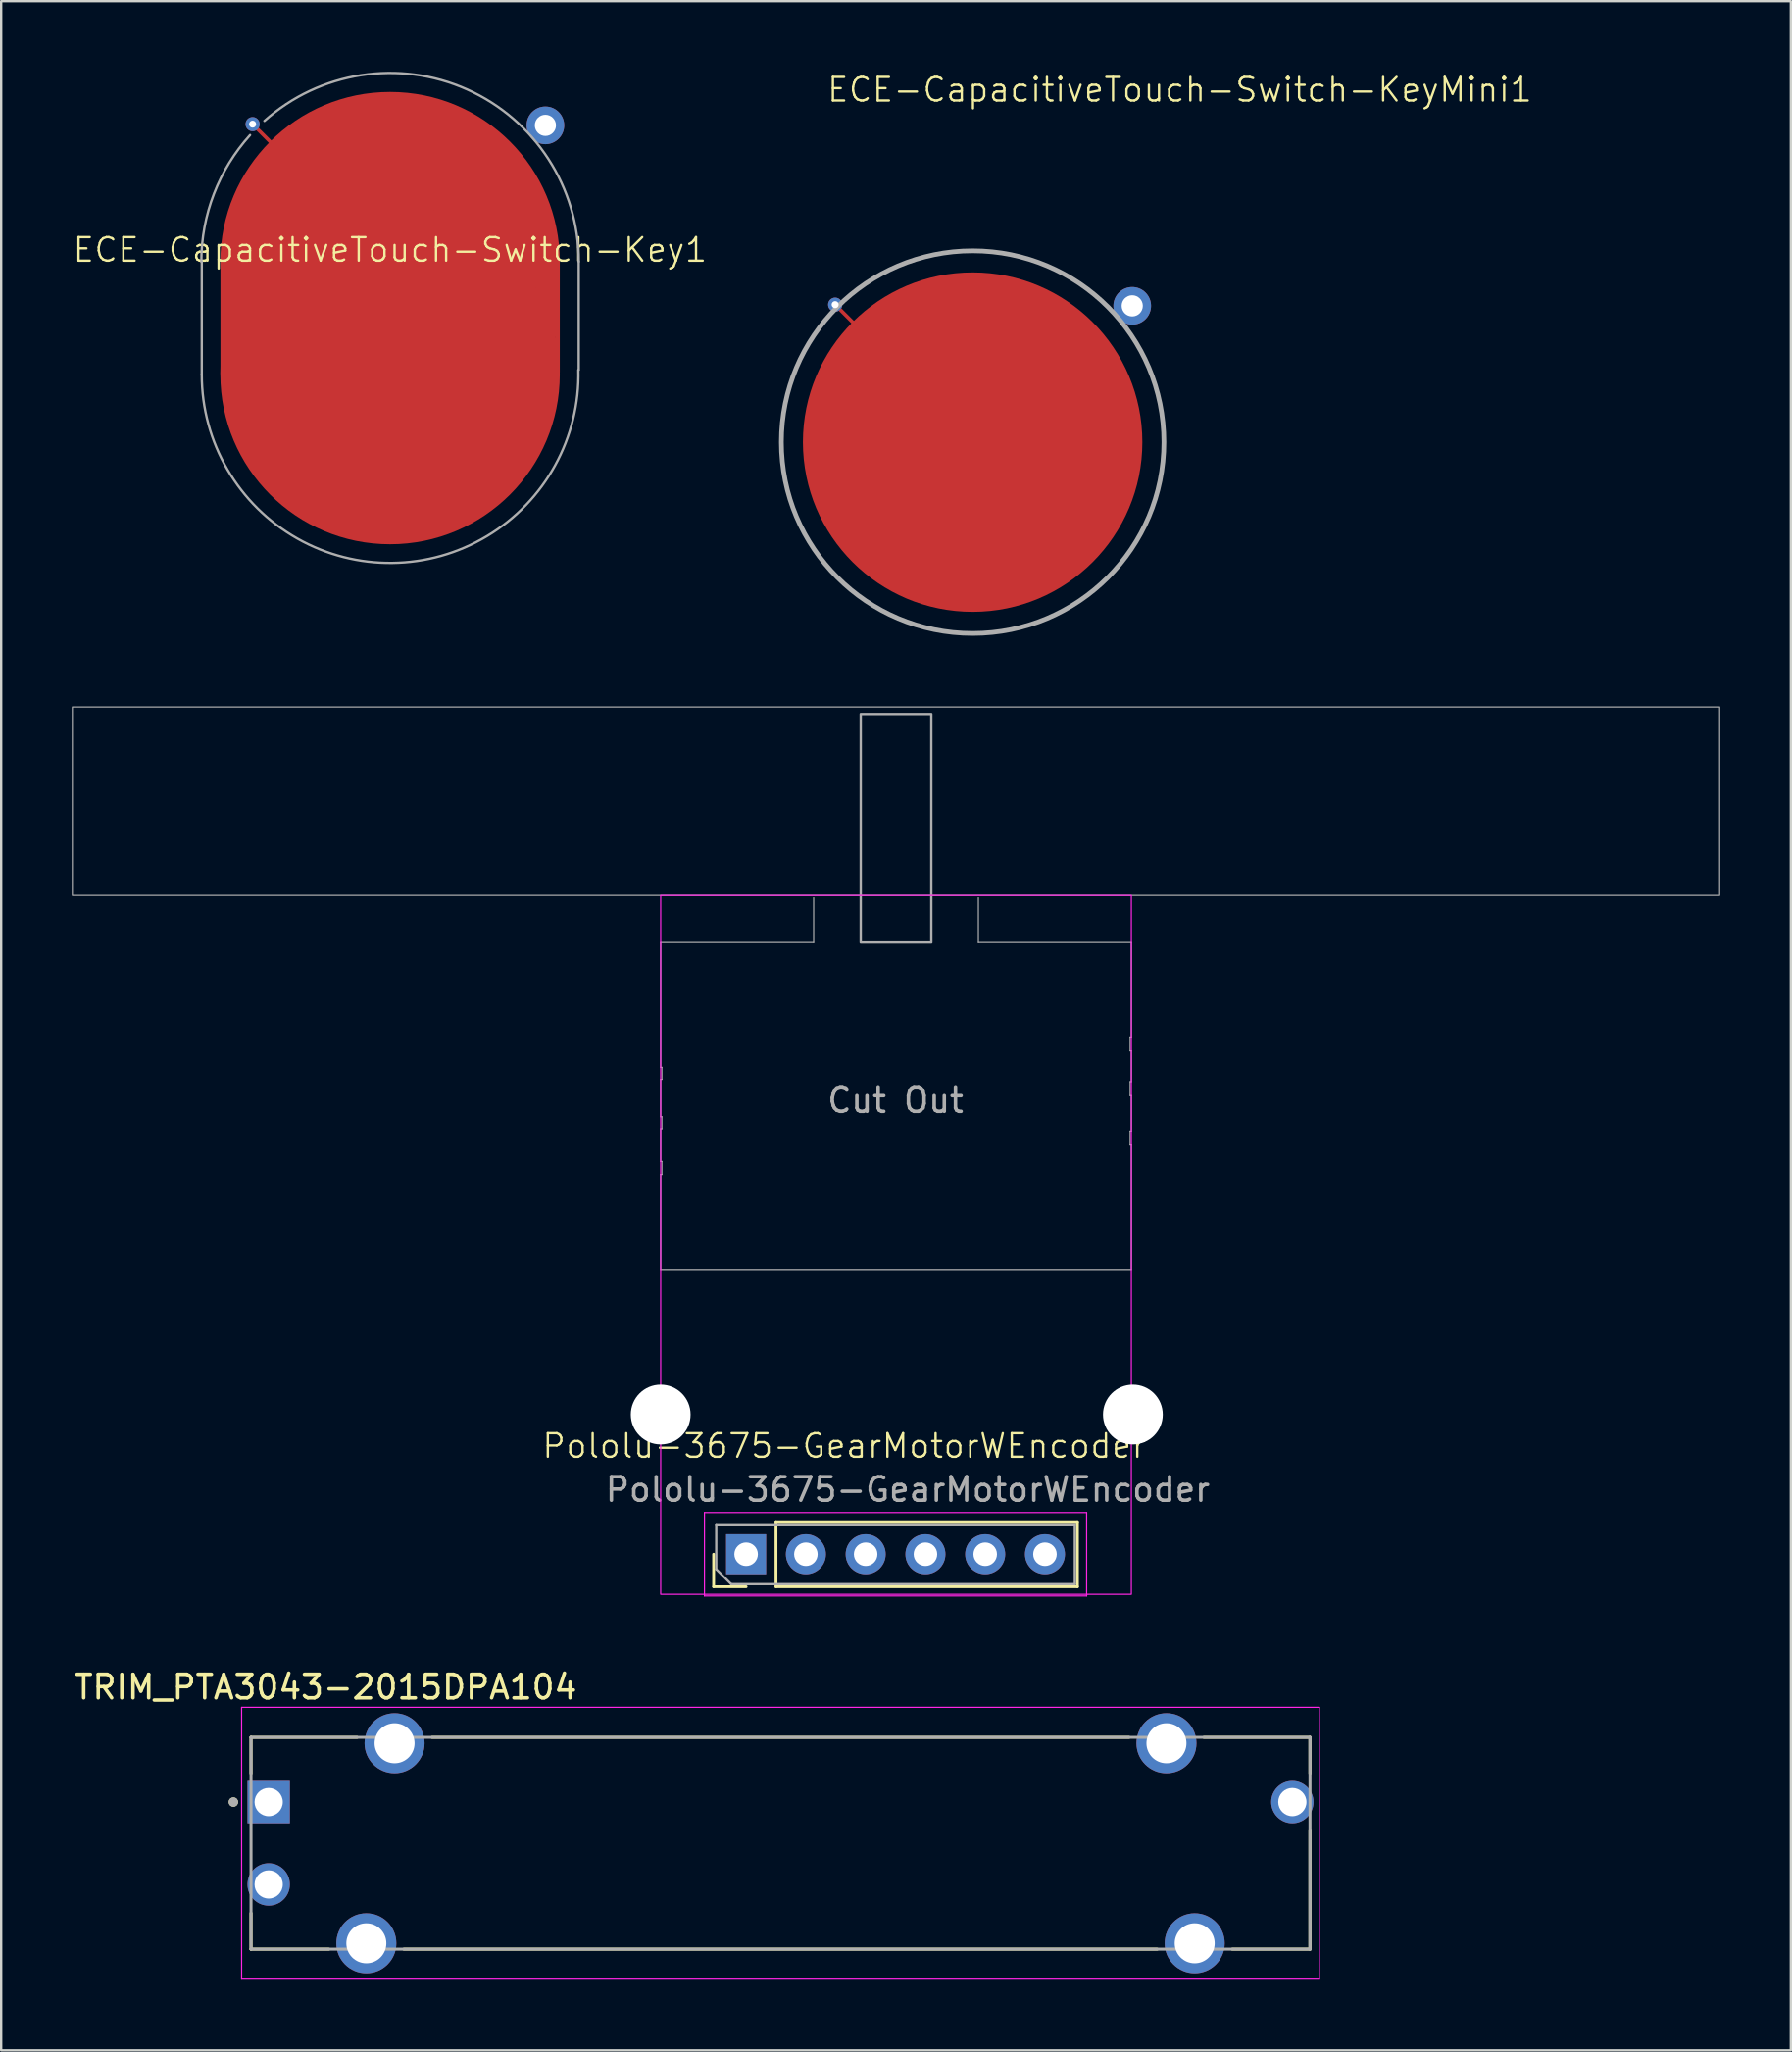
<source format=kicad_pcb>
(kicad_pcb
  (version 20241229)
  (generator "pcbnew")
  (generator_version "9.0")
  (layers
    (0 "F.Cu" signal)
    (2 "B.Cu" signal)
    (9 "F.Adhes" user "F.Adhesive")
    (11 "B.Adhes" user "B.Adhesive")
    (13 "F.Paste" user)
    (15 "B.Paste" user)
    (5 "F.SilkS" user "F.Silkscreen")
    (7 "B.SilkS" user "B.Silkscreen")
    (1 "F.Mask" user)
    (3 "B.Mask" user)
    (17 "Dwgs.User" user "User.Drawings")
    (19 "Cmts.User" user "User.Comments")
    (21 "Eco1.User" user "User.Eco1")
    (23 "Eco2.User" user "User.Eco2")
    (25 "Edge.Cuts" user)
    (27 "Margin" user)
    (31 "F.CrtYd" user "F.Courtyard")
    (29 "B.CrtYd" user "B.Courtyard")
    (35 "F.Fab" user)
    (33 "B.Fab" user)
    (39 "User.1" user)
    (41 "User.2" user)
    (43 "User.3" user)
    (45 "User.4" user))
  (footprint "Pololu-3675-GearMotorWEncoder"
    (layer "F.Cu")
    (at 28.655 62.989)
    (property "Reference" "Pololu-3675-GearMotorWEncoder" (at 4.17 -4.6 0) (unlocked yes) (layer "F.SilkS") (effects (font (size 1 1) (thickness 0.1))))
    (attr through_hole)
    (fp_line (start -1.38 1.38) (end -1.38 0) (stroke (width 0.12) (type solid)) (layer "F.SilkS"))
    (fp_line (start 0 1.38) (end -1.38 1.38) (stroke (width 0.12) (type solid)) (layer "F.SilkS"))
    (fp_line (start 1.27 -1.38) (end 14.08 -1.38) (stroke (width 0.12) (type solid)) (layer "F.SilkS"))
    (fp_line (start 1.27 1.38) (end 1.27 -1.38) (stroke (width 0.12) (type solid)) (layer "F.SilkS"))
    (fp_line (start 1.27 1.38) (end 14.08 1.38) (stroke (width 0.12) (type solid)) (layer "F.SilkS"))
    (fp_line (start 14.08 1.38) (end 14.08 -1.38) (stroke (width 0.12) (type solid)) (layer "F.SilkS"))
    (fp_line (start -1.77 -1.77) (end -1.77 1.77) (stroke (width 0.05) (type solid)) (layer "F.CrtYd"))
    (fp_line (start -1.77 1.77) (end 14.47 1.77) (stroke (width 0.05) (type solid)) (layer "F.CrtYd"))
    (fp_line (start 14.47 -1.77) (end -1.77 -1.77) (stroke (width 0.05) (type solid)) (layer "F.CrtYd"))
    (fp_line (start 14.47 1.77) (end 14.47 -1.77) (stroke (width 0.05) (type solid)) (layer "F.CrtYd"))
    (fp_rect (start -3.63 -28) (end 16.37 1.7) (stroke (width 0.05) (type default)) (fill no) (layer "F.CrtYd"))
    (fp_line (start -3.63 -26) (end 2.87 -26) (stroke (width 0.05) (type solid)) (layer "F.Fab"))
    (fp_line (start -3.63 -20.7) (end -3.63 -26) (stroke (width 0.05) (type solid)) (layer "F.Fab"))
    (fp_line (start -3.63 -20.7) (end -3.58 -20.7) (stroke (width 0.05) (type solid)) (layer "F.Fab"))
    (fp_line (start -3.63 -20.15) (end -3.63 -18.6) (stroke (width 0.05) (type solid)) (layer "F.Fab"))
    (fp_line (start -3.63 -20.15) (end -3.58 -20.15) (stroke (width 0.05) (type solid)) (layer "F.Fab"))
    (fp_line (start -3.63 -18.6) (end -3.58 -18.6) (stroke (width 0.05) (type solid)) (layer "F.Fab"))
    (fp_line (start -3.63 -18.05) (end -3.58 -18.05) (stroke (width 0.05) (type solid)) (layer "F.Fab"))
    (fp_line (start -3.63 -16.7) (end -3.63 -18.05) (stroke (width 0.05) (type solid)) (layer "F.Fab"))
    (fp_line (start -3.63 -16.7) (end -3.58 -16.7) (stroke (width 0.05) (type default)) (layer "F.Fab"))
    (fp_line (start -3.63 -16.15) (end -3.63 -12.1) (stroke (width 0.05) (type default)) (layer "F.Fab"))
    (fp_line (start -3.63 -16.15) (end -3.58 -16.15) (stroke (width 0.05) (type default)) (layer "F.Fab"))
    (fp_line (start -3.58 -20.15) (end -3.58 -20.7) (stroke (width 0.05) (type solid)) (layer "F.Fab"))
    (fp_line (start -3.58 -18.05) (end -3.58 -18.6) (stroke (width 0.05) (type solid)) (layer "F.Fab"))
    (fp_line (start -3.58 -16.15) (end -3.58 -16.7) (stroke (width 0.05) (type default)) (layer "F.Fab"))
    (fp_line (start -1.27 -1.27) (end 13.97 -1.27) (stroke (width 0.1) (type solid)) (layer "F.Fab"))
    (fp_line (start -1.27 0.635) (end -1.27 -1.27) (stroke (width 0.1) (type solid)) (layer "F.Fab"))
    (fp_line (start -0.635 1.27) (end -1.27 0.635) (stroke (width 0.1) (type solid)) (layer "F.Fab"))
    (fp_line (start 2.87 -26) (end 2.87 -27.9) (stroke (width 0.05) (type solid)) (layer "F.Fab"))
    (fp_line (start 9.87 -27.9) (end 9.87 -26) (stroke (width 0.05) (type default)) (layer "F.Fab"))
    (fp_line (start 9.87 -26) (end 16.37 -26) (stroke (width 0.05) (type default)) (layer "F.Fab"))
    (fp_line (start 13.97 -1.27) (end 13.97 1.27) (stroke (width 0.1) (type solid)) (layer "F.Fab"))
    (fp_line (start 13.97 1.27) (end -0.635 1.27) (stroke (width 0.1) (type solid)) (layer "F.Fab"))
    (fp_line (start 16.32 -21.95) (end 16.32 -21.4) (stroke (width 0.05) (type default)) (layer "F.Fab"))
    (fp_line (start 16.32 -20.05) (end 16.32 -19.5) (stroke (width 0.05) (type default)) (layer "F.Fab"))
    (fp_line (start 16.32 -17.95) (end 16.32 -17.4) (stroke (width 0.05) (type default)) (layer "F.Fab"))
    (fp_line (start 16.37 -21.95) (end 16.32 -21.95) (stroke (width 0.05) (type default)) (layer "F.Fab"))
    (fp_line (start 16.37 -21.95) (end 16.37 -26) (stroke (width 0.05) (type default)) (layer "F.Fab"))
    (fp_line (start 16.37 -21.4) (end 16.32 -21.4) (stroke (width 0.05) (type default)) (layer "F.Fab"))
    (fp_line (start 16.37 -21.4) (end 16.37 -20.05) (stroke (width 0.05) (type default)) (layer "F.Fab"))
    (fp_line (start 16.37 -20.05) (end 16.32 -20.05) (stroke (width 0.05) (type default)) (layer "F.Fab"))
    (fp_line (start 16.37 -19.5) (end 16.32 -19.5) (stroke (width 0.05) (type default)) (layer "F.Fab"))
    (fp_line (start 16.37 -17.95) (end 16.32 -17.95) (stroke (width 0.05) (type default)) (layer "F.Fab"))
    (fp_line (start 16.37 -17.95) (end 16.37 -19.5) (stroke (width 0.05) (type default)) (layer "F.Fab"))
    (fp_line (start 16.37 -17.4) (end 16.32 -17.4) (stroke (width 0.05) (type default)) (layer "F.Fab"))
    (fp_line (start 16.37 -17.4) (end 16.37 -12.1) (stroke (width 0.05) (type default)) (layer "F.Fab"))
    (fp_line (start 16.37 -12.1) (end -3.63 -12.1) (stroke (width 0.05) (type default)) (layer "F.Fab"))
    (fp_rect (start -28.63 -36) (end 41.37 -28) (stroke (width 0.05) (type solid)) (fill no) (layer "F.Fab"))
    (fp_rect (start 4.87 -35.7) (end 7.87 -26) (stroke (width 0.1) (type solid)) (fill no) (layer "F.Fab"))
    (fp_text user "${REFERENCE}" (at 6.87 -2.75 0) (unlocked yes) (layer "F.Fab") (effects (font (size 1 1) (thickness 0.15))))
    (fp_text user "Cut Out" (at 3.37 -18.7 0) (unlocked yes) (layer "F.Fab") (effects (font (size 1 1) (thickness 0.15)) (justify left bottom)))
    (pad "" np_thru_hole circle (at -3.63 -5.934) (size 2.54 2.54) (drill 2.6) (layers "*.Cu" "*.Mask"))
    (pad "" np_thru_hole circle (at 16.436 -5.934) (size 2.54 2.54) (drill 2.6) (layers "*.Cu" "*.Mask"))
    (pad "1" thru_hole rect (at 0 0 90) (size 1.7 1.7) (drill 1) (layers "*.Cu" "*.Mask"))
    (pad "2" thru_hole circle (at 2.54 0 90) (size 1.7 1.7) (drill 1) (layers "*.Cu" "*.Mask"))
    (pad "3" thru_hole circle (at 5.08 0 90) (size 1.7 1.7) (drill 1) (layers "*.Cu" "*.Mask"))
    (pad "4" thru_hole circle (at 7.62 0 90) (size 1.7 1.7) (drill 1) (layers "*.Cu" "*.Mask"))
    (pad "5" thru_hole circle (at 10.16 0 90) (size 1.7 1.7) (drill 1) (layers "*.Cu" "*.Mask"))
    (pad "6" thru_hole circle (at 12.7 0 90) (size 1.7 1.7) (drill 1) (layers "*.Cu" "*.Mask")))
  (footprint "ECE-CapacitiveTouch-Switch-Key1"
    (layer "F.Cu")
    (at 13.526 8.067)
    (property "Reference" "ECE-CapacitiveTouch-Switch-Key1" (at 0 -0.5 0) (unlocked yes) (layer "F.SilkS") (effects (font (size 1 1) (thickness 0.1))))
    (attr smd)
    (fp_line (start -7.108 4.769) (end -7.108 0.073) (stroke (width 0.2) (type default)) (layer "F.Cu"))
    (fp_line (start -6.988 1.673) (end -6.988 3.173) (stroke (width 0.2) (type default)) (layer "F.Cu"))
    (fp_line (start -6.838 2.698) (end -6.838 2.098) (stroke (width 0.2) (type default)) (layer "F.Cu"))
    (fp_line (start -5.65 -5.65) (end -4.48 -4.48) (stroke (width 0.152) (type solid)) (layer "F.Cu"))
    (fp_line (start 6.842 2.071) (end 6.842 2.671) (stroke (width 0.2) (type default)) (layer "F.Cu"))
    (fp_line (start 6.992 1.496) (end 6.992 3.096) (stroke (width 0.2) (type default)) (layer "F.Cu"))
    (fp_line (start 6.992 3.096) (end 6.992 1.596) (stroke (width 0.2) (type default)) (layer "F.Cu"))
    (fp_line (start 7.112 0) (end 7.112 4.696) (stroke (width 0.2) (type default)) (layer "F.Cu"))
    (fp_circle (center 0 0) (end -6.68 -2.44) (stroke (width 0.2) (type solid)) (fill yes) (layers "F.Cu" "F.Mask"))
    (fp_circle (center 0 4.796) (end -6.68 2.356) (stroke (width 0.2) (type solid)) (fill yes) (layers "F.Cu" "F.Mask"))
    (fp_line (start -8.002 4.8) (end -8.002 0) (stroke (width 0.1) (type solid)) (layer "F.Fab"))
    (fp_line (start 8.017 0) (end 8.017 4.6) (stroke (width 0.1) (type solid)) (layer "F.Fab"))
    (fp_arc (start -8.02 0) (mid -7.484302 -2.881947) (end -5.948774 -5.378893) (stroke (width 0.1) (type solid)) (layer "F.Fab"))
    (fp_arc (start -5.34 -5.98) (mid 3.275972 -7.317377) (end 8.017231 0) (stroke (width 0.1) (type solid)) (layer "F.Fab"))
    (fp_arc (start 8 4.6) (mid 0.100008 12.801875) (end -8.0025 4.8) (stroke (width 0.1) (type solid)) (layer "F.Fab"))
    (pad "1" thru_hole circle (at -5.842 -5.842) (size 0.6 0.6) (drill 0.3) (layers "*.Cu" "*.Mask"))
    (pad "2" thru_hole circle (at 6.6 -5.791) (size 1.6 1.6) (drill 0.9) (layers "*.Cu")))
  (footprint "TRIM_PTA3043-2015DPA104"
    (layer "F.Cu")
    (at 30.117 75.268)
    (property "Reference" "TRIM_PTA3043-2015DPA104" (at -19.325 -6.635 0) (layer "F.SilkS") (effects (font (size 1 1) (thickness 0.15))))
    (attr through_hole)
    (fp_line (start -22.5 -4.5) (end -17.995 -4.5) (stroke (width 0.127) (type solid)) (layer "F.SilkS"))
    (fp_line (start -22.5 -2.97) (end -22.5 -4.5) (stroke (width 0.127) (type solid)) (layer "F.SilkS"))
    (fp_line (start -22.5 4.5) (end -22.5 2.97) (stroke (width 0.127) (type solid)) (layer "F.SilkS"))
    (fp_line (start -19.195 4.5) (end -22.5 4.5) (stroke (width 0.127) (type solid)) (layer "F.SilkS"))
    (fp_line (start -16.005 4.5) (end 16.005 4.5) (stroke (width 0.127) (type solid)) (layer "F.SilkS"))
    (fp_line (start -14.805 -4.5) (end 14.805 -4.5) (stroke (width 0.127) (type solid)) (layer "F.SilkS"))
    (fp_line (start 17.995 -4.5) (end 22.5 -4.5) (stroke (width 0.127) (type solid)) (layer "F.SilkS"))
    (fp_line (start 22.5 -4.5) (end 22.5 -2.97) (stroke (width 0.127) (type solid)) (layer "F.SilkS"))
    (fp_line (start 22.5 4.5) (end 19.195 4.5) (stroke (width 0.127) (type solid)) (layer "F.SilkS"))
    (fp_line (start 22.5 4.5) (end 22.5 -0.53) (stroke (width 0.127) (type solid)) (layer "F.SilkS"))
    (fp_circle (center -23.25 -1.75) (end -23.15 -1.75) (stroke (width 0.2) (type solid)) (fill no) (layer "F.SilkS"))
    (fp_line (start -22.9 -5.775) (end -22.9 5.775) (stroke (width 0.05) (type solid)) (layer "F.CrtYd"))
    (fp_line (start -22.9 5.775) (end 22.9 5.775) (stroke (width 0.05) (type solid)) (layer "F.CrtYd"))
    (fp_line (start 22.9 -5.775) (end -22.9 -5.775) (stroke (width 0.05) (type solid)) (layer "F.CrtYd"))
    (fp_line (start 22.9 5.775) (end 22.9 -5.775) (stroke (width 0.05) (type solid)) (layer "F.CrtYd"))
    (fp_line (start -22.5 -4.5) (end 22.5 -4.5) (stroke (width 0.127) (type solid)) (layer "F.Fab"))
    (fp_line (start -22.5 4.5) (end -22.5 -4.5) (stroke (width 0.127) (type solid)) (layer "F.Fab"))
    (fp_line (start 22.5 -4.5) (end 22.5 4.5) (stroke (width 0.127) (type solid)) (layer "F.Fab"))
    (fp_line (start 22.5 4.5) (end -22.5 4.5) (stroke (width 0.127) (type solid)) (layer "F.Fab"))
    (fp_circle (center -23.25 -1.75) (end -23.15 -1.75) (stroke (width 0.2) (type solid)) (fill no) (layer "F.Fab"))
    (pad "1" thru_hole rect (at -21.75 -1.75) (size 1.8 1.8) (drill 1.2) (layers "*.Cu" "*.Mask"))
    (pad "2" thru_hole circle (at -21.75 1.75) (size 1.8 1.8) (drill 1.2) (layers "*.Cu" "*.Mask"))
    (pad "3" thru_hole circle (at 21.75 -1.75) (size 1.8 1.8) (drill 1.2) (layers "*.Cu" "*.Mask"))
    (pad "SH1" thru_hole circle (at -16.4 -4.25) (size 2.55 2.55) (drill 1.7) (layers "*.Cu" "*.Mask"))
    (pad "SH2" thru_hole circle (at -17.6 4.25) (size 2.55 2.55) (drill 1.7) (layers "*.Cu" "*.Mask"))
    (pad "SH3" thru_hole circle (at 16.4 -4.25) (size 2.55 2.55) (drill 1.7) (layers "*.Cu" "*.Mask"))
    (pad "SH4" thru_hole circle (at 17.6 4.25) (size 2.55 2.55) (drill 1.7) (layers "*.Cu" "*.Mask")))
  (footprint "ECE-CapacitiveTouch-Switch-KeyMini1"
    (layer "F.Cu")
    (at 38.281 15.736)
    (property "Reference" "ECE-CapacitiveTouch-Switch-KeyMini1" (at 8.8 -14.975 0) (unlocked yes) (layer "F.SilkS") (effects (font (size 1 1) (thickness 0.1))))
    (attr smd)
    (fp_line (start -5.65 -5.65) (end -4.48 -4.48) (stroke (width 0.152) (type solid)) (layer "F.Cu"))
    (fp_circle (center 0 0) (end -6.68 -2.44) (stroke (width 0.2) (type solid)) (fill yes) (layers "F.Cu" "F.Mask"))
    (fp_circle (center 0 0.000415) (end -8.128 -0.082) (stroke (width 0.2) (type solid)) (fill no) (layer "F.Fab"))
    (pad "1" thru_hole circle (at -5.842 -5.842) (size 0.6 0.6) (drill 0.3) (layers "*.Cu" "*.Mask"))
    (pad "2" thru_hole circle (at 6.782 -5.791) (size 1.6 1.6) (drill 0.9) (layers "*.Cu")))
  (gr_rect
    (start -3 -3)
    (end 73.05 84.068)
    (stroke (width 0.1) (type default))
    (fill no)
    (layer "Edge.Cuts")))
</source>
